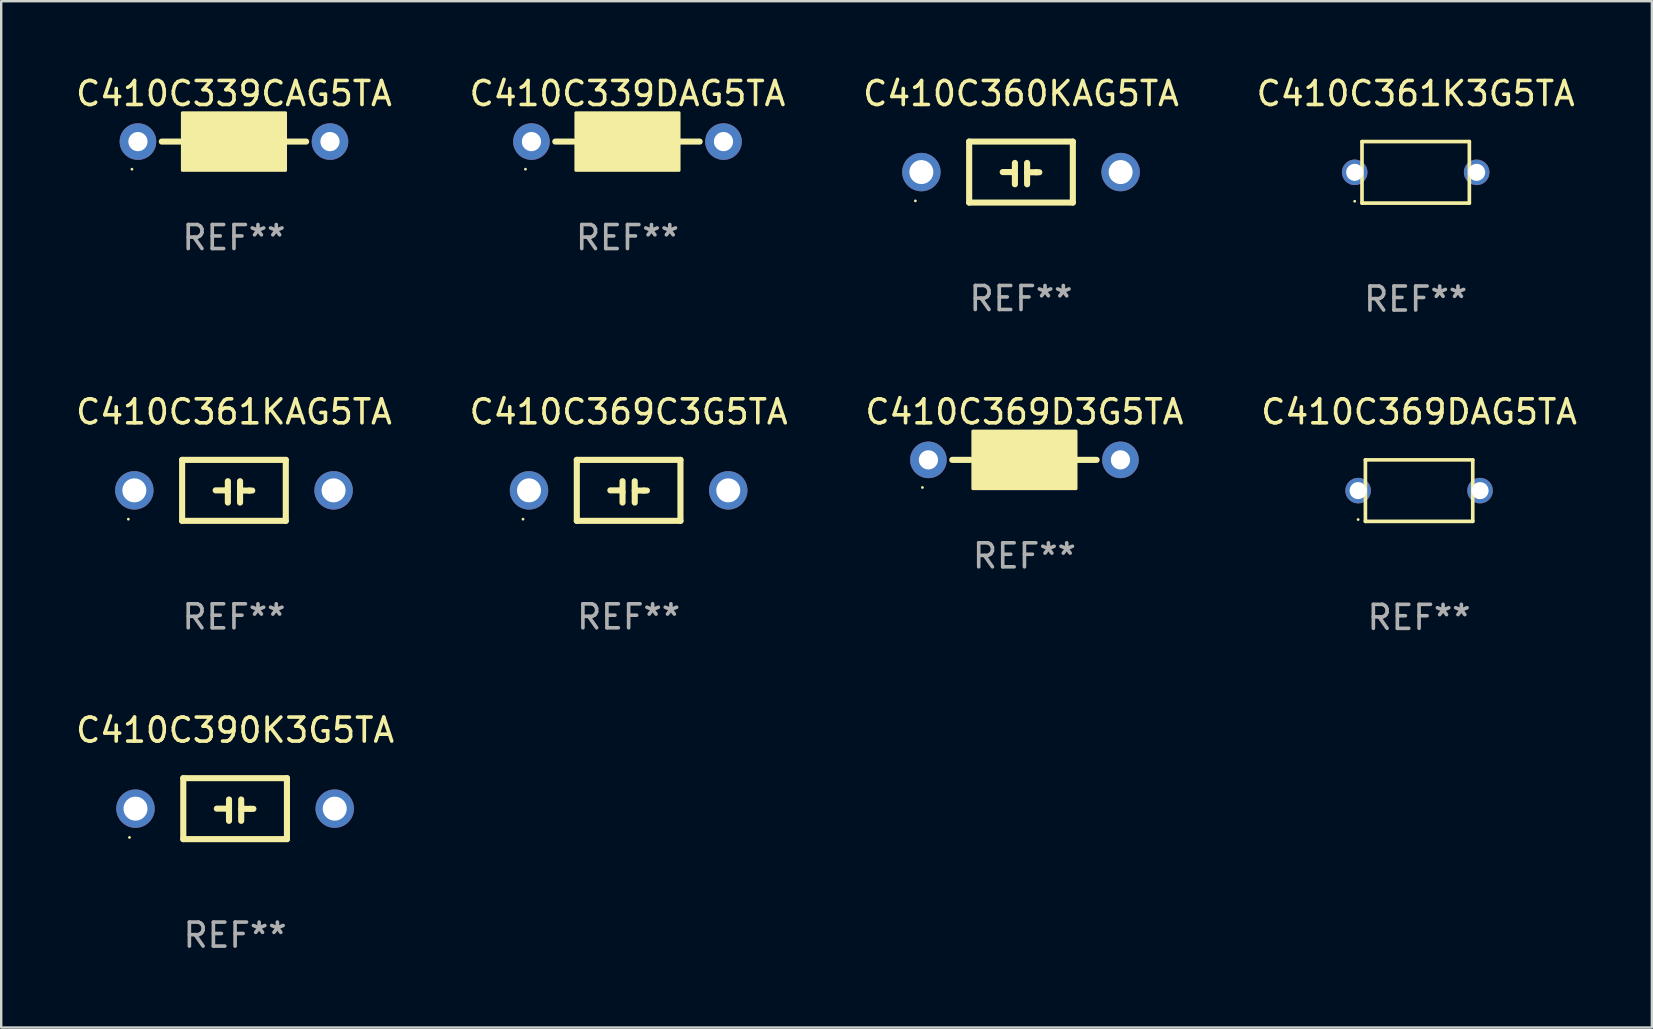
<source format=kicad_pcb>
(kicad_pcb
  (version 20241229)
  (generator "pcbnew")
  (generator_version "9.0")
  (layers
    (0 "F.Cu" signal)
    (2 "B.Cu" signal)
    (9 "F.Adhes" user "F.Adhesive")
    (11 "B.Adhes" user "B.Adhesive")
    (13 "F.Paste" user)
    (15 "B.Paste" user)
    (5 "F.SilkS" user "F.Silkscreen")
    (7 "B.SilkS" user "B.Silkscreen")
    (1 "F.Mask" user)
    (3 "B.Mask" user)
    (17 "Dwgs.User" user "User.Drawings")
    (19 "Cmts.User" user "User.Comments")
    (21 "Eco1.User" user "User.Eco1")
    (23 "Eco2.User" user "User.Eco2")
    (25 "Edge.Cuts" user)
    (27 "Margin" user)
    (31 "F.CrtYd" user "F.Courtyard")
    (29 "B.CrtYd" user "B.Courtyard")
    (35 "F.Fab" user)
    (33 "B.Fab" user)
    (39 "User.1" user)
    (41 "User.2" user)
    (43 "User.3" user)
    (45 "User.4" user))
  (footprint "C410C339DAG5TA"
    (layer "F.Cu")
    (at 23.089 2.848)
    (property "Reference" "C410C339DAG5TA" (at 0 -2 0) (layer "F.SilkS") (effects (font (size 1 1) (thickness 0.15))))
    (attr through_hole)
    (fp_line (start -2.25 0) (end -3.007 0) (stroke (width 0.254) (type solid)) (layer "F.SilkS"))
    (fp_line (start 2.2 0) (end 3.007 0) (stroke (width 0.254) (type solid)) (layer "F.SilkS"))
    (fp_circle (center -4.25 1.15) (end -4.22 1.15) (stroke (width 0.06) (type solid)) (fill no) (layer "F.SilkS"))
    (fp_poly (pts (xy -2.15 -1.2) (xy 2.15 -1.2) (xy 2.15 1.2) (xy -2.15 1.2)) (stroke (width 0.12) (type solid)) (fill yes) (layer "F.SilkS"))
    (fp_text user "REF**" (at 0 4 0) (layer "F.Fab") (effects (font (size 1 1) (thickness 0.15))))
    (pad "1" thru_hole circle (at -4 0) (size 1.524 1.524) (drill 0.8) (layers "*.Cu" "*.Mask"))
    (pad "2" thru_hole circle (at 4 0) (size 1.524 1.524) (drill 0.8) (layers "*.Cu" "*.Mask")))
  (footprint "C410C369DAG5TA"
    (layer "F.Cu")
    (at 56.065 17.388)
    (property "Reference" "C410C369DAG5TA" (at 0 -3.281 0) (layer "F.SilkS") (effects (font (size 1 1) (thickness 0.15))))
    (attr through_hole)
    (fp_line (start -2.236 -1.281) (end 2.236 -1.281) (stroke (width 0.152) (type solid)) (layer "F.SilkS"))
    (fp_line (start -2.236 1.281) (end -2.236 -1.281) (stroke (width 0.152) (type solid)) (layer "F.SilkS"))
    (fp_line (start 2.236 -1.281) (end 2.236 1.281) (stroke (width 0.152) (type solid)) (layer "F.SilkS"))
    (fp_line (start 2.236 1.281) (end -2.236 1.281) (stroke (width 0.152) (type solid)) (layer "F.SilkS"))
    (fp_circle (center -2.54 1.205) (end -2.51 1.205) (stroke (width 0.06) (type solid)) (fill no) (layer "F.SilkS"))
    (fp_text user "REF**" (at 0 5.281 0) (layer "F.Fab") (effects (font (size 1 1) (thickness 0.15))))
    (pad "1" thru_hole circle (at -2.54 0) (size 1.065 1.065) (drill 0.71) (layers "*.Cu" "*.Mask"))
    (pad "2" thru_hole circle (at 2.54 0) (size 1.065 1.065) (drill 0.71) (layers "*.Cu" "*.Mask")))
  (footprint "C410C369D3G5TA"
    (layer "F.Cu")
    (at 39.625 16.107)
    (property "Reference" "C410C369D3G5TA" (at 0 -2 0) (layer "F.SilkS") (effects (font (size 1 1) (thickness 0.15))))
    (attr through_hole)
    (fp_line (start -2.25 0) (end -3.007 0) (stroke (width 0.254) (type solid)) (layer "F.SilkS"))
    (fp_line (start 2.2 0) (end 3.007 0) (stroke (width 0.254) (type solid)) (layer "F.SilkS"))
    (fp_circle (center -4.25 1.15) (end -4.22 1.15) (stroke (width 0.06) (type solid)) (fill no) (layer "F.SilkS"))
    (fp_poly (pts (xy -2.15 -1.2) (xy 2.15 -1.2) (xy 2.15 1.2) (xy -2.15 1.2)) (stroke (width 0.12) (type solid)) (fill yes) (layer "F.SilkS"))
    (fp_text user "REF**" (at 0 4 0) (layer "F.Fab") (effects (font (size 1 1) (thickness 0.15))))
    (pad "1" thru_hole circle (at -4 0) (size 1.524 1.524) (drill 0.8) (layers "*.Cu" "*.Mask"))
    (pad "2" thru_hole circle (at 4 0) (size 1.524 1.524) (drill 0.8) (layers "*.Cu" "*.Mask")))
  (footprint "C410C369C3G5TA"
    (layer "F.Cu")
    (at 23.137 17.377)
    (property "Reference" "C410C369C3G5TA" (at 0 -3.27 0) (layer "F.SilkS") (effects (font (size 1 1) (thickness 0.15))))
    (attr through_hole)
    (fp_line (start -2.159 -1.27) (end -2.159 1.27) (stroke (width 0.254) (type solid)) (layer "F.SilkS"))
    (fp_line (start -2.159 1.27) (end 2.159 1.27) (stroke (width 0.254) (type solid)) (layer "F.SilkS"))
    (fp_line (start -0.762 0) (end -0.322 0) (stroke (width 0.254) (type solid)) (layer "F.SilkS"))
    (fp_line (start -0.322 0) (end -0.254 0.068) (stroke (width 0.254) (type solid)) (layer "F.SilkS"))
    (fp_line (start -0.254 -0.381) (end -0.254 0.508) (stroke (width 0.254) (type solid)) (layer "F.SilkS"))
    (fp_line (start 0.254 -0.381) (end 0.254 0.508) (stroke (width 0.254) (type solid)) (layer "F.SilkS"))
    (fp_line (start 0.254 0.008) (end 0.635 0.008) (stroke (width 0.254) (type solid)) (layer "F.SilkS"))
    (fp_line (start 0.635 0.008) (end 0.762 0.008) (stroke (width 0.254) (type solid)) (layer "F.SilkS"))
    (fp_line (start 2.159 -1.27) (end -2.159 -1.27) (stroke (width 0.254) (type solid)) (layer "F.SilkS"))
    (fp_line (start 2.159 1.27) (end 2.159 -1.27) (stroke (width 0.254) (type solid)) (layer "F.SilkS"))
    (fp_circle (center -4.4 1.2) (end -4.37 1.2) (stroke (width 0.06) (type solid)) (fill no) (layer "F.SilkS"))
    (fp_text user "REF**" (at 0 5.27 0) (layer "F.Fab") (effects (font (size 1 1) (thickness 0.15))))
    (pad "1" thru_hole circle (at -4.15 0) (size 1.6 1.6) (drill 1) (layers "*.Cu" "*.Mask"))
    (pad "2" thru_hole circle (at 4.15 0) (size 1.6 1.6) (drill 1) (layers "*.Cu" "*.Mask")))
  (footprint "C410C390K3G5TA"
    (layer "F.Cu")
    (at 6.744 30.636)
    (property "Reference" "C410C390K3G5TA" (at 0 -3.27 0) (layer "F.SilkS") (effects (font (size 1 1) (thickness 0.15))))
    (attr through_hole)
    (fp_line (start -2.159 -1.27) (end -2.159 1.27) (stroke (width 0.254) (type solid)) (layer "F.SilkS"))
    (fp_line (start -2.159 1.27) (end 2.159 1.27) (stroke (width 0.254) (type solid)) (layer "F.SilkS"))
    (fp_line (start -0.762 0) (end -0.322 0) (stroke (width 0.254) (type solid)) (layer "F.SilkS"))
    (fp_line (start -0.322 0) (end -0.254 0.068) (stroke (width 0.254) (type solid)) (layer "F.SilkS"))
    (fp_line (start -0.254 -0.381) (end -0.254 0.508) (stroke (width 0.254) (type solid)) (layer "F.SilkS"))
    (fp_line (start 0.254 -0.381) (end 0.254 0.508) (stroke (width 0.254) (type solid)) (layer "F.SilkS"))
    (fp_line (start 0.254 0.008) (end 0.635 0.008) (stroke (width 0.254) (type solid)) (layer "F.SilkS"))
    (fp_line (start 0.635 0.008) (end 0.762 0.008) (stroke (width 0.254) (type solid)) (layer "F.SilkS"))
    (fp_line (start 2.159 -1.27) (end -2.159 -1.27) (stroke (width 0.254) (type solid)) (layer "F.SilkS"))
    (fp_line (start 2.159 1.27) (end 2.159 -1.27) (stroke (width 0.254) (type solid)) (layer "F.SilkS"))
    (fp_circle (center -4.4 1.2) (end -4.37 1.2) (stroke (width 0.06) (type solid)) (fill no) (layer "F.SilkS"))
    (fp_text user "REF**" (at 0 5.27 0) (layer "F.Fab") (effects (font (size 1 1) (thickness 0.15))))
    (pad "1" thru_hole circle (at -4.15 0) (size 1.6 1.6) (drill 1) (layers "*.Cu" "*.Mask"))
    (pad "2" thru_hole circle (at 4.15 0) (size 1.6 1.6) (drill 1) (layers "*.Cu" "*.Mask")))
  (footprint "C410C361KAG5TA"
    (layer "F.Cu")
    (at 6.696 17.377)
    (property "Reference" "C410C361KAG5TA" (at 0 -3.27 0) (layer "F.SilkS") (effects (font (size 1 1) (thickness 0.15))))
    (attr through_hole)
    (fp_line (start -2.159 -1.27) (end -2.159 1.27) (stroke (width 0.254) (type solid)) (layer "F.SilkS"))
    (fp_line (start -2.159 1.27) (end 2.159 1.27) (stroke (width 0.254) (type solid)) (layer "F.SilkS"))
    (fp_line (start -0.762 0) (end -0.322 0) (stroke (width 0.254) (type solid)) (layer "F.SilkS"))
    (fp_line (start -0.322 0) (end -0.254 0.068) (stroke (width 0.254) (type solid)) (layer "F.SilkS"))
    (fp_line (start -0.254 -0.381) (end -0.254 0.508) (stroke (width 0.254) (type solid)) (layer "F.SilkS"))
    (fp_line (start 0.254 -0.381) (end 0.254 0.508) (stroke (width 0.254) (type solid)) (layer "F.SilkS"))
    (fp_line (start 0.254 0.008) (end 0.635 0.008) (stroke (width 0.254) (type solid)) (layer "F.SilkS"))
    (fp_line (start 0.635 0.008) (end 0.762 0.008) (stroke (width 0.254) (type solid)) (layer "F.SilkS"))
    (fp_line (start 2.159 -1.27) (end -2.159 -1.27) (stroke (width 0.254) (type solid)) (layer "F.SilkS"))
    (fp_line (start 2.159 1.27) (end 2.159 -1.27) (stroke (width 0.254) (type solid)) (layer "F.SilkS"))
    (fp_circle (center -4.4 1.2) (end -4.37 1.2) (stroke (width 0.06) (type solid)) (fill no) (layer "F.SilkS"))
    (fp_text user "REF**" (at 0 5.27 0) (layer "F.Fab") (effects (font (size 1 1) (thickness 0.15))))
    (pad "1" thru_hole circle (at -4.15 0) (size 1.6 1.6) (drill 1) (layers "*.Cu" "*.Mask"))
    (pad "2" thru_hole circle (at 4.15 0) (size 1.6 1.6) (drill 1) (layers "*.Cu" "*.Mask")))
  (footprint "C410C339CAG5TA"
    (layer "F.Cu")
    (at 6.696 2.848)
    (property "Reference" "C410C339CAG5TA" (at 0 -2 0) (layer "F.SilkS") (effects (font (size 1 1) (thickness 0.15))))
    (attr through_hole)
    (fp_line (start -2.25 0) (end -3.007 0) (stroke (width 0.254) (type solid)) (layer "F.SilkS"))
    (fp_line (start 2.2 0) (end 3.007 0) (stroke (width 0.254) (type solid)) (layer "F.SilkS"))
    (fp_circle (center -4.25 1.15) (end -4.22 1.15) (stroke (width 0.06) (type solid)) (fill no) (layer "F.SilkS"))
    (fp_poly (pts (xy -2.15 -1.2) (xy 2.15 -1.2) (xy 2.15 1.2) (xy -2.15 1.2)) (stroke (width 0.12) (type solid)) (fill yes) (layer "F.SilkS"))
    (fp_text user "REF**" (at 0 4 0) (layer "F.Fab") (effects (font (size 1 1) (thickness 0.15))))
    (pad "1" thru_hole circle (at -4 0) (size 1.524 1.524) (drill 0.8) (layers "*.Cu" "*.Mask"))
    (pad "2" thru_hole circle (at 4 0) (size 1.524 1.524) (drill 0.8) (layers "*.Cu" "*.Mask")))
  (footprint "C410C360KAG5TA"
    (layer "F.Cu")
    (at 39.482 4.118)
    (property "Reference" "C410C360KAG5TA" (at 0 -3.27 0) (layer "F.SilkS") (effects (font (size 1 1) (thickness 0.15))))
    (attr through_hole)
    (fp_line (start -2.159 -1.27) (end -2.159 1.27) (stroke (width 0.254) (type solid)) (layer "F.SilkS"))
    (fp_line (start -2.159 1.27) (end 2.159 1.27) (stroke (width 0.254) (type solid)) (layer "F.SilkS"))
    (fp_line (start -0.762 0) (end -0.322 0) (stroke (width 0.254) (type solid)) (layer "F.SilkS"))
    (fp_line (start -0.322 0) (end -0.254 0.068) (stroke (width 0.254) (type solid)) (layer "F.SilkS"))
    (fp_line (start -0.254 -0.381) (end -0.254 0.508) (stroke (width 0.254) (type solid)) (layer "F.SilkS"))
    (fp_line (start 0.254 -0.381) (end 0.254 0.508) (stroke (width 0.254) (type solid)) (layer "F.SilkS"))
    (fp_line (start 0.254 0.008) (end 0.635 0.008) (stroke (width 0.254) (type solid)) (layer "F.SilkS"))
    (fp_line (start 0.635 0.008) (end 0.762 0.008) (stroke (width 0.254) (type solid)) (layer "F.SilkS"))
    (fp_line (start 2.159 -1.27) (end -2.159 -1.27) (stroke (width 0.254) (type solid)) (layer "F.SilkS"))
    (fp_line (start 2.159 1.27) (end 2.159 -1.27) (stroke (width 0.254) (type solid)) (layer "F.SilkS"))
    (fp_circle (center -4.4 1.2) (end -4.37 1.2) (stroke (width 0.06) (type solid)) (fill no) (layer "F.SilkS"))
    (fp_text user "REF**" (at 0 5.27 0) (layer "F.Fab") (effects (font (size 1 1) (thickness 0.15))))
    (pad "1" thru_hole circle (at -4.15 0) (size 1.6 1.6) (drill 1) (layers "*.Cu" "*.Mask"))
    (pad "2" thru_hole circle (at 4.15 0) (size 1.6 1.6) (drill 1) (layers "*.Cu" "*.Mask")))
  (footprint "C410C361K3G5TA"
    (layer "F.Cu")
    (at 55.923 4.129)
    (property "Reference" "C410C361K3G5TA" (at 0 -3.281 0) (layer "F.SilkS") (effects (font (size 1 1) (thickness 0.15))))
    (attr through_hole)
    (fp_line (start -2.236 -1.281) (end 2.236 -1.281) (stroke (width 0.152) (type solid)) (layer "F.SilkS"))
    (fp_line (start -2.236 1.281) (end -2.236 -1.281) (stroke (width 0.152) (type solid)) (layer "F.SilkS"))
    (fp_line (start 2.236 -1.281) (end 2.236 1.281) (stroke (width 0.152) (type solid)) (layer "F.SilkS"))
    (fp_line (start 2.236 1.281) (end -2.236 1.281) (stroke (width 0.152) (type solid)) (layer "F.SilkS"))
    (fp_circle (center -2.54 1.205) (end -2.51 1.205) (stroke (width 0.06) (type solid)) (fill no) (layer "F.SilkS"))
    (fp_text user "REF**" (at 0 5.281 0) (layer "F.Fab") (effects (font (size 1 1) (thickness 0.15))))
    (pad "1" thru_hole circle (at -2.54 0) (size 1.065 1.065) (drill 0.71) (layers "*.Cu" "*.Mask"))
    (pad "2" thru_hole circle (at 2.54 0) (size 1.065 1.065) (drill 0.71) (layers "*.Cu" "*.Mask")))
  (gr_rect
    (start -3 -3)
    (end 65.762 39.754)
    (stroke (width 0.1) (type default))
    (fill no)
    (layer "Edge.Cuts")))
</source>
